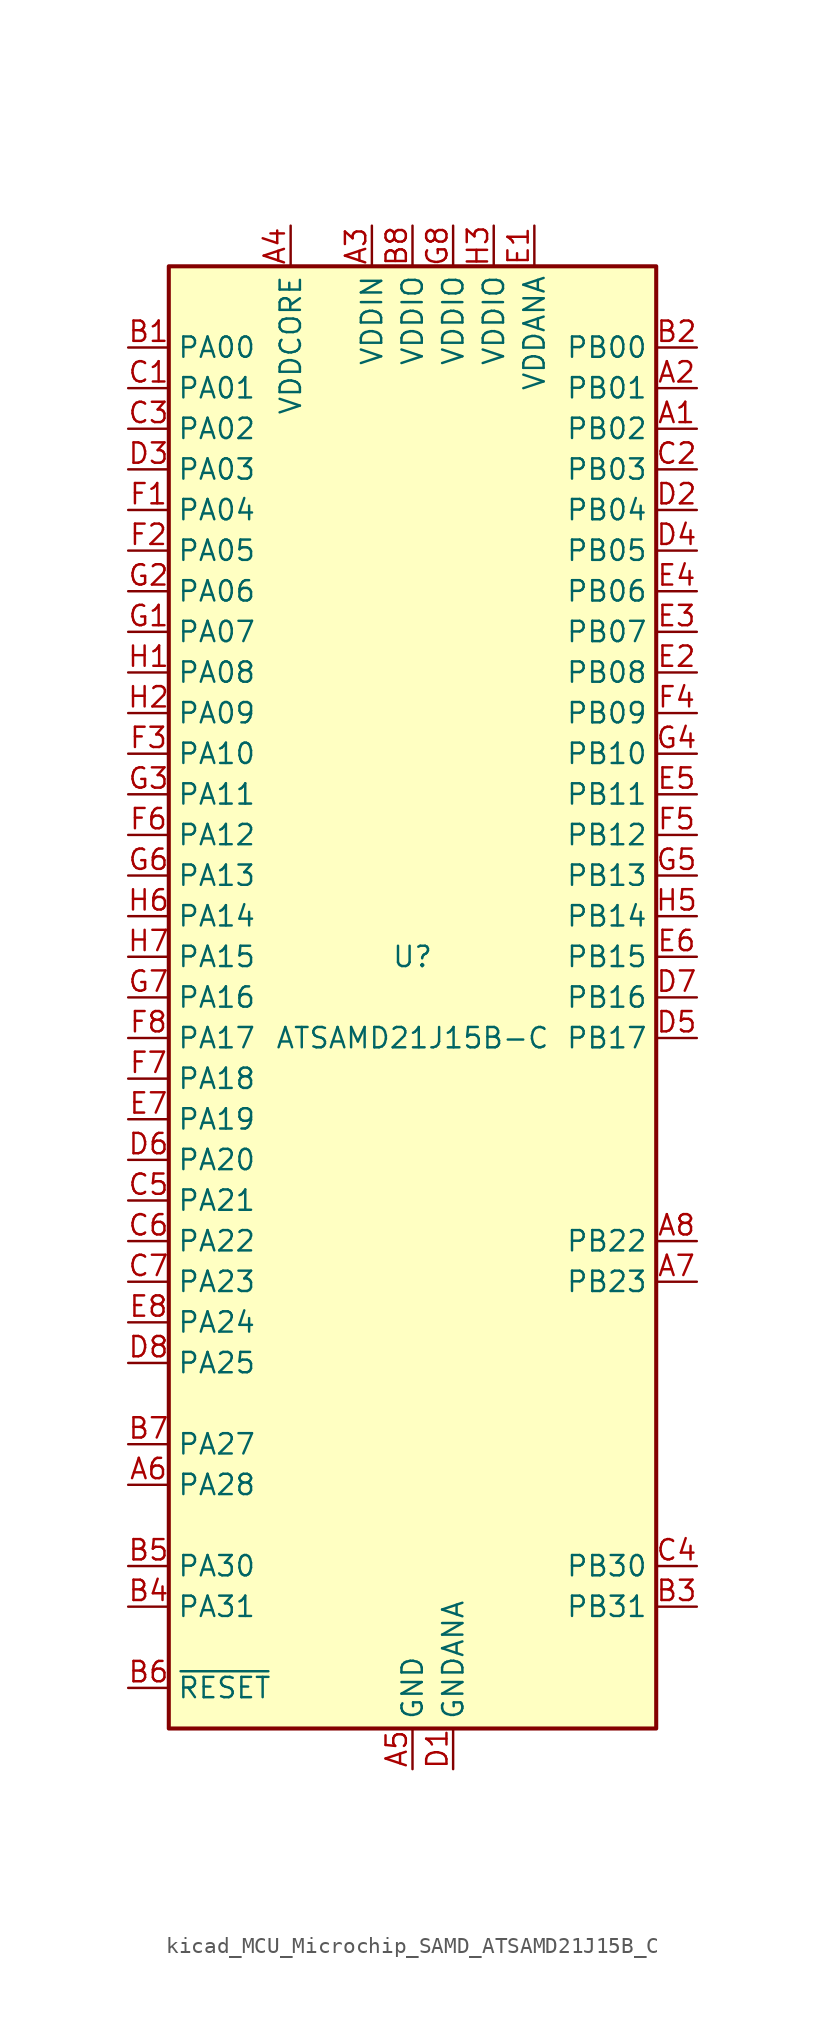
<source format=kicad_sym>
(kicad_symbol_lib
  (version 20220914)
  (generator kicad_symbol_editor)
  (symbol "kicad_MCU_Microchip_SAMD_ATSAMD21J15B_C"
    (property "Reference" "U"
      (at 0 2.54 0)
      (effects (font (size 1.27 1.27))))
    (property "Value" "ATSAMD21J15B-C"
      (at 0 -2.54 0)
      (effects (font (size 1.27 1.27))))
    (symbol "kicad_MCU_Microchip_SAMD_ATSAMD21J15B_C_0_1"
      (rectangle (start -15.24 45.72) (end 15.24 -45.72) (stroke (width 0.254) (type default)) (fill (type background))))
    (symbol "kicad_MCU_Microchip_SAMD_ATSAMD21J15B_C_1_1"
      (pin bidirectional line (at 17.78 35.56 180) (length 2.54) (name "PB02" (effects (font (size 1.27 1.27)))) (number "A1" (effects (font (size 1.27 1.27)))))
      (pin bidirectional line (at 17.78 38.1 180) (length 2.54) (name "PB01" (effects (font (size 1.27 1.27)))) (number "A2" (effects (font (size 1.27 1.27)))))
      (pin power_in line (at -2.54 48.26 270) (length 2.54) (name "VDDIN" (effects (font (size 1.27 1.27)))) (number "A3" (effects (font (size 1.27 1.27)))))
      (pin power_out line (at -7.62 48.26 270) (length 2.54) (name "VDDCORE" (effects (font (size 1.27 1.27)))) (number "A4" (effects (font (size 1.27 1.27)))))
      (pin power_in line (at 0 -48.26 90) (length 2.54) (name "GND" (effects (font (size 1.27 1.27)))) (number "A5" (effects (font (size 1.27 1.27)))))
      (pin bidirectional line (at -17.78 -30.48 0) (length 2.54) (name "PA28" (effects (font (size 1.27 1.27)))) (number "A6" (effects (font (size 1.27 1.27)))))
      (pin bidirectional line (at 17.78 -17.78 180) (length 2.54) (name "PB23" (effects (font (size 1.27 1.27)))) (number "A7" (effects (font (size 1.27 1.27)))))
      (pin bidirectional line (at 17.78 -15.24 180) (length 2.54) (name "PB22" (effects (font (size 1.27 1.27)))) (number "A8" (effects (font (size 1.27 1.27)))))
      (pin bidirectional line (at -17.78 40.64 0) (length 2.54) (name "PA00" (effects (font (size 1.27 1.27)))) (number "B1" (effects (font (size 1.27 1.27)))))
      (pin bidirectional line (at 17.78 40.64 180) (length 2.54) (name "PB00" (effects (font (size 1.27 1.27)))) (number "B2" (effects (font (size 1.27 1.27)))))
      (pin bidirectional line (at 17.78 -38.1 180) (length 2.54) (name "PB31" (effects (font (size 1.27 1.27)))) (number "B3" (effects (font (size 1.27 1.27)))))
      (pin bidirectional line (at -17.78 -38.1 0) (length 2.54) (name "PA31" (effects (font (size 1.27 1.27)))) (number "B4" (effects (font (size 1.27 1.27)))))
      (pin bidirectional line (at -17.78 -35.56 0) (length 2.54) (name "PA30" (effects (font (size 1.27 1.27)))) (number "B5" (effects (font (size 1.27 1.27)))))
      (pin input line (at -17.78 -43.18 0) (length 2.54) (name "~{RESET}" (effects (font (size 1.27 1.27)))) (number "B6" (effects (font (size 1.27 1.27)))))
      (pin bidirectional line (at -17.78 -27.94 0) (length 2.54) (name "PA27" (effects (font (size 1.27 1.27)))) (number "B7" (effects (font (size 1.27 1.27)))))
      (pin power_in line (at 0 48.26 270) (length 2.54) (name "VDDIO" (effects (font (size 1.27 1.27)))) (number "B8" (effects (font (size 1.27 1.27)))))
      (pin bidirectional line (at -17.78 38.1 0) (length 2.54) (name "PA01" (effects (font (size 1.27 1.27)))) (number "C1" (effects (font (size 1.27 1.27)))))
      (pin bidirectional line (at 17.78 33.02 180) (length 2.54) (name "PB03" (effects (font (size 1.27 1.27)))) (number "C2" (effects (font (size 1.27 1.27)))))
      (pin bidirectional line (at -17.78 35.56 0) (length 2.54) (name "PA02" (effects (font (size 1.27 1.27)))) (number "C3" (effects (font (size 1.27 1.27)))))
      (pin bidirectional line (at 17.78 -35.56 180) (length 2.54) (name "PB30" (effects (font (size 1.27 1.27)))) (number "C4" (effects (font (size 1.27 1.27)))))
      (pin bidirectional line (at -17.78 -12.7 0) (length 2.54) (name "PA21" (effects (font (size 1.27 1.27)))) (number "C5" (effects (font (size 1.27 1.27)))))
      (pin bidirectional line (at -17.78 -15.24 0) (length 2.54) (name "PA22" (effects (font (size 1.27 1.27)))) (number "C6" (effects (font (size 1.27 1.27)))))
      (pin bidirectional line (at -17.78 -17.78 0) (length 2.54) (name "PA23" (effects (font (size 1.27 1.27)))) (number "C7" (effects (font (size 1.27 1.27)))))
      (pin passive line (at 0 -48.26 90) (length 2.54) hide (name "GND" (effects (font (size 1.27 1.27)))) (number "C8" (effects (font (size 1.27 1.27)))))
      (pin power_in line (at 2.54 -48.26 90) (length 2.54) (name "GNDANA" (effects (font (size 1.27 1.27)))) (number "D1" (effects (font (size 1.27 1.27)))))
      (pin bidirectional line (at 17.78 30.48 180) (length 2.54) (name "PB04" (effects (font (size 1.27 1.27)))) (number "D2" (effects (font (size 1.27 1.27)))))
      (pin bidirectional line (at -17.78 33.02 0) (length 2.54) (name "PA03" (effects (font (size 1.27 1.27)))) (number "D3" (effects (font (size 1.27 1.27)))))
      (pin bidirectional line (at 17.78 27.94 180) (length 2.54) (name "PB05" (effects (font (size 1.27 1.27)))) (number "D4" (effects (font (size 1.27 1.27)))))
      (pin bidirectional line (at 17.78 -2.54 180) (length 2.54) (name "PB17" (effects (font (size 1.27 1.27)))) (number "D5" (effects (font (size 1.27 1.27)))))
      (pin bidirectional line (at -17.78 -10.16 0) (length 2.54) (name "PA20" (effects (font (size 1.27 1.27)))) (number "D6" (effects (font (size 1.27 1.27)))))
      (pin bidirectional line (at 17.78 0 180) (length 2.54) (name "PB16" (effects (font (size 1.27 1.27)))) (number "D7" (effects (font (size 1.27 1.27)))))
      (pin bidirectional line (at -17.78 -22.86 0) (length 2.54) (name "PA25" (effects (font (size 1.27 1.27)))) (number "D8" (effects (font (size 1.27 1.27)))))
      (pin power_in line (at 7.62 48.26 270) (length 2.54) (name "VDDANA" (effects (font (size 1.27 1.27)))) (number "E1" (effects (font (size 1.27 1.27)))))
      (pin bidirectional line (at 17.78 20.32 180) (length 2.54) (name "PB08" (effects (font (size 1.27 1.27)))) (number "E2" (effects (font (size 1.27 1.27)))))
      (pin bidirectional line (at 17.78 22.86 180) (length 2.54) (name "PB07" (effects (font (size 1.27 1.27)))) (number "E3" (effects (font (size 1.27 1.27)))))
      (pin bidirectional line (at 17.78 25.4 180) (length 2.54) (name "PB06" (effects (font (size 1.27 1.27)))) (number "E4" (effects (font (size 1.27 1.27)))))
      (pin bidirectional line (at 17.78 12.7 180) (length 2.54) (name "PB11" (effects (font (size 1.27 1.27)))) (number "E5" (effects (font (size 1.27 1.27)))))
      (pin bidirectional line (at 17.78 2.54 180) (length 2.54) (name "PB15" (effects (font (size 1.27 1.27)))) (number "E6" (effects (font (size 1.27 1.27)))))
      (pin bidirectional line (at -17.78 -7.62 0) (length 2.54) (name "PA19" (effects (font (size 1.27 1.27)))) (number "E7" (effects (font (size 1.27 1.27)))))
      (pin bidirectional line (at -17.78 -20.32 0) (length 2.54) (name "PA24" (effects (font (size 1.27 1.27)))) (number "E8" (effects (font (size 1.27 1.27)))))
      (pin bidirectional line (at -17.78 30.48 0) (length 2.54) (name "PA04" (effects (font (size 1.27 1.27)))) (number "F1" (effects (font (size 1.27 1.27)))))
      (pin bidirectional line (at -17.78 27.94 0) (length 2.54) (name "PA05" (effects (font (size 1.27 1.27)))) (number "F2" (effects (font (size 1.27 1.27)))))
      (pin bidirectional line (at -17.78 15.24 0) (length 2.54) (name "PA10" (effects (font (size 1.27 1.27)))) (number "F3" (effects (font (size 1.27 1.27)))))
      (pin bidirectional line (at 17.78 17.78 180) (length 2.54) (name "PB09" (effects (font (size 1.27 1.27)))) (number "F4" (effects (font (size 1.27 1.27)))))
      (pin bidirectional line (at 17.78 10.16 180) (length 2.54) (name "PB12" (effects (font (size 1.27 1.27)))) (number "F5" (effects (font (size 1.27 1.27)))))
      (pin bidirectional line (at -17.78 10.16 0) (length 2.54) (name "PA12" (effects (font (size 1.27 1.27)))) (number "F6" (effects (font (size 1.27 1.27)))))
      (pin bidirectional line (at -17.78 -5.08 0) (length 2.54) (name "PA18" (effects (font (size 1.27 1.27)))) (number "F7" (effects (font (size 1.27 1.27)))))
      (pin bidirectional line (at -17.78 -2.54 0) (length 2.54) (name "PA17" (effects (font (size 1.27 1.27)))) (number "F8" (effects (font (size 1.27 1.27)))))
      (pin bidirectional line (at -17.78 22.86 0) (length 2.54) (name "PA07" (effects (font (size 1.27 1.27)))) (number "G1" (effects (font (size 1.27 1.27)))))
      (pin bidirectional line (at -17.78 25.4 0) (length 2.54) (name "PA06" (effects (font (size 1.27 1.27)))) (number "G2" (effects (font (size 1.27 1.27)))))
      (pin bidirectional line (at -17.78 12.7 0) (length 2.54) (name "PA11" (effects (font (size 1.27 1.27)))) (number "G3" (effects (font (size 1.27 1.27)))))
      (pin bidirectional line (at 17.78 15.24 180) (length 2.54) (name "PB10" (effects (font (size 1.27 1.27)))) (number "G4" (effects (font (size 1.27 1.27)))))
      (pin bidirectional line (at 17.78 7.62 180) (length 2.54) (name "PB13" (effects (font (size 1.27 1.27)))) (number "G5" (effects (font (size 1.27 1.27)))))
      (pin bidirectional line (at -17.78 7.62 0) (length 2.54) (name "PA13" (effects (font (size 1.27 1.27)))) (number "G6" (effects (font (size 1.27 1.27)))))
      (pin bidirectional line (at -17.78 0 0) (length 2.54) (name "PA16" (effects (font (size 1.27 1.27)))) (number "G7" (effects (font (size 1.27 1.27)))))
      (pin power_in line (at 2.54 48.26 270) (length 2.54) (name "VDDIO" (effects (font (size 1.27 1.27)))) (number "G8" (effects (font (size 1.27 1.27)))))
      (pin bidirectional line (at -17.78 20.32 0) (length 2.54) (name "PA08" (effects (font (size 1.27 1.27)))) (number "H1" (effects (font (size 1.27 1.27)))))
      (pin bidirectional line (at -17.78 17.78 0) (length 2.54) (name "PA09" (effects (font (size 1.27 1.27)))) (number "H2" (effects (font (size 1.27 1.27)))))
      (pin power_in line (at 5.08 48.26 270) (length 2.54) (name "VDDIO" (effects (font (size 1.27 1.27)))) (number "H3" (effects (font (size 1.27 1.27)))))
      (pin passive line (at 0 -48.26 90) (length 2.54) hide (name "GND" (effects (font (size 1.27 1.27)))) (number "H4" (effects (font (size 1.27 1.27)))))
      (pin bidirectional line (at 17.78 5.08 180) (length 2.54) (name "PB14" (effects (font (size 1.27 1.27)))) (number "H5" (effects (font (size 1.27 1.27)))))
      (pin bidirectional line (at -17.78 5.08 0) (length 2.54) (name "PA14" (effects (font (size 1.27 1.27)))) (number "H6" (effects (font (size 1.27 1.27)))))
      (pin bidirectional line (at -17.78 2.54 0) (length 2.54) (name "PA15" (effects (font (size 1.27 1.27)))) (number "H7" (effects (font (size 1.27 1.27)))))
      (pin passive line (at 0 -48.26 90) (length 2.54) hide (name "GND" (effects (font (size 1.27 1.27)))) (number "H8" (effects (font (size 1.27 1.27))))))))
</source>
